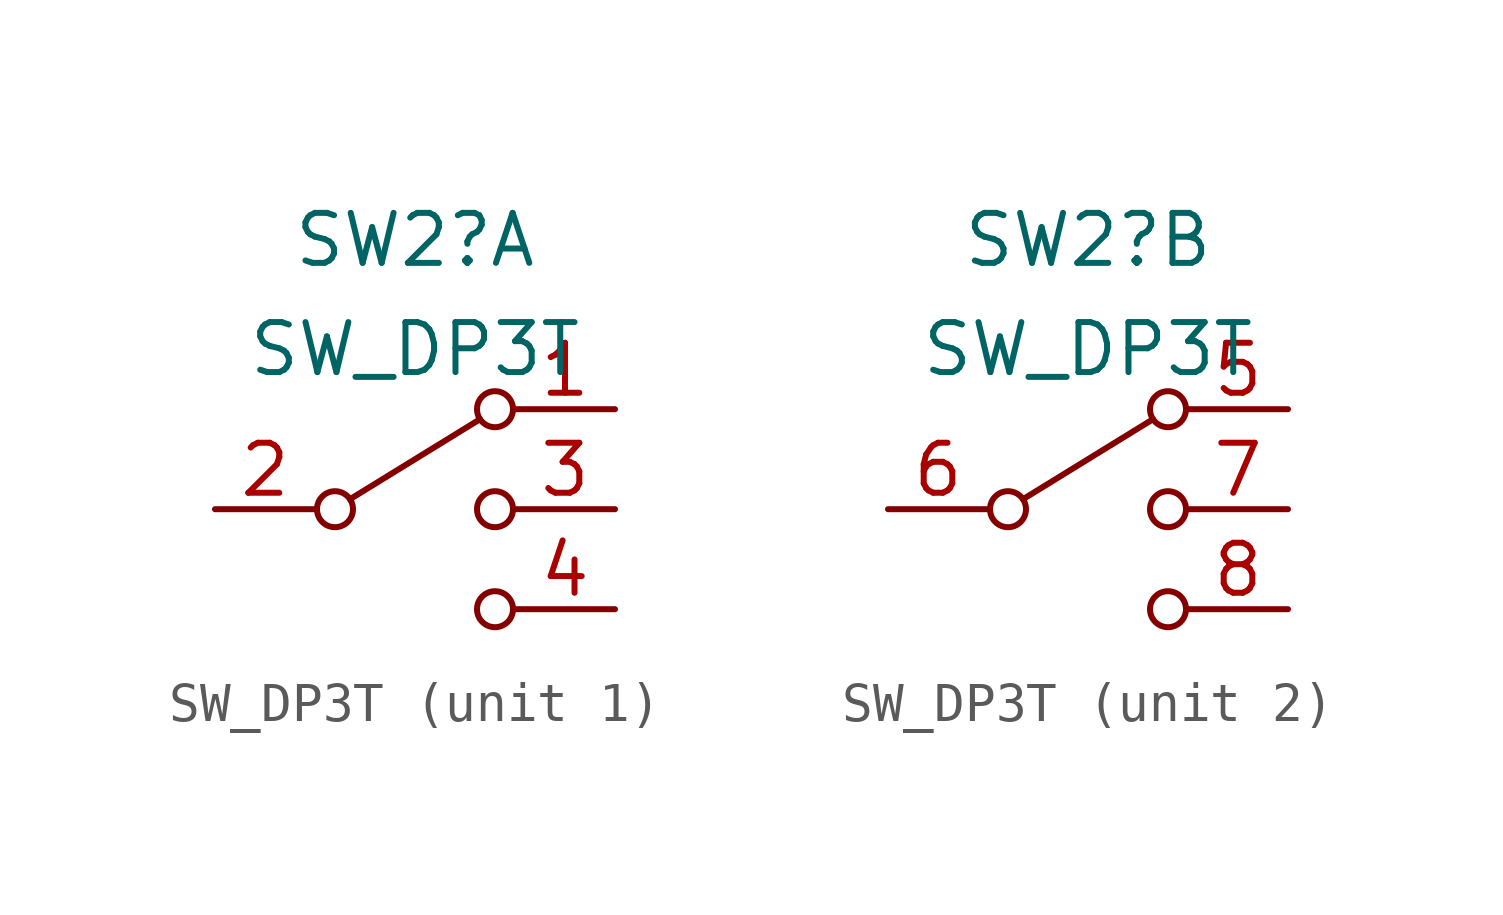
<source format=kicad_sym>
(kicad_symbol_lib
  (version 20211014)
  (generator kicad_symbol_editor)
  (symbol "SW_DP3T"
    (pin_names
      (offset 0) hide)
    (property "Reference" "SW2"
      (at 0 6.837 0)
      (effects (font (size 1.27 1.27))))
    (property "Value" "SW_DP3T"
      (at 0 4.062 0)
      (effects (font (size 1.27 1.27))))
    (symbol "SW_DP3T_0_1"
      (circle (center -2.032 0) (radius 0.457) (stroke (width 0) (type default) (color 0 0 0 0)) (fill (type none)))
      (polyline (pts (xy -1.651 0.254) (xy 1.651 2.286)) (stroke (width 0) (type default) (color 0 0 0 0)) (fill (type none)))
      (circle (center 2.032 -2.54) (radius 0.457) (stroke (width 0) (type default) (color 0 0 0 0)) (fill (type none)))
      (circle (center 2.032 0) (radius 0.457) (stroke (width 0) (type default) (color 0 0 0 0)) (fill (type none)))
      (circle (center 2.032 2.54) (radius 0.457) (stroke (width 0) (type default) (color 0 0 0 0)) (fill (type none))))
    (symbol "SW_DP3T_1_1"
      (pin passive line (at 5.08 2.54 180) (length 2.54) (name "1" (effects (font (size 1.27 1.27)))) (number "1" (effects (font (size 1.27 1.27)))))
      (pin passive line (at -5.08 0 0) (length 2.54) (name "2" (effects (font (size 1.27 1.27)))) (number "2" (effects (font (size 1.27 1.27)))))
      (pin passive line (at 5.08 0 180) (length 2.54) (name "3" (effects (font (size 1.27 1.27)))) (number "3" (effects (font (size 1.27 1.27)))))
      (pin passive line (at 5.08 -2.54 180) (length 2.54) (name "4" (effects (font (size 1.27 1.27)))) (number "4" (effects (font (size 1.27 1.27))))))
    (symbol "SW_DP3T_2_1"
      (pin passive line (at 5.08 2.54 180) (length 2.54) (name "5" (effects (font (size 1.27 1.27)))) (number "5" (effects (font (size 1.27 1.27)))))
      (pin passive line (at -5.08 0 0) (length 2.54) (name "6" (effects (font (size 1.27 1.27)))) (number "6" (effects (font (size 1.27 1.27)))))
      (pin passive line (at 5.08 0 180) (length 2.54) (name "7" (effects (font (size 1.27 1.27)))) (number "7" (effects (font (size 1.27 1.27)))))
      (pin passive line (at 5.08 -2.54 180) (length 2.54) (name "8" (effects (font (size 1.27 1.27)))) (number "8" (effects (font (size 1.27 1.27))))))))
</source>
